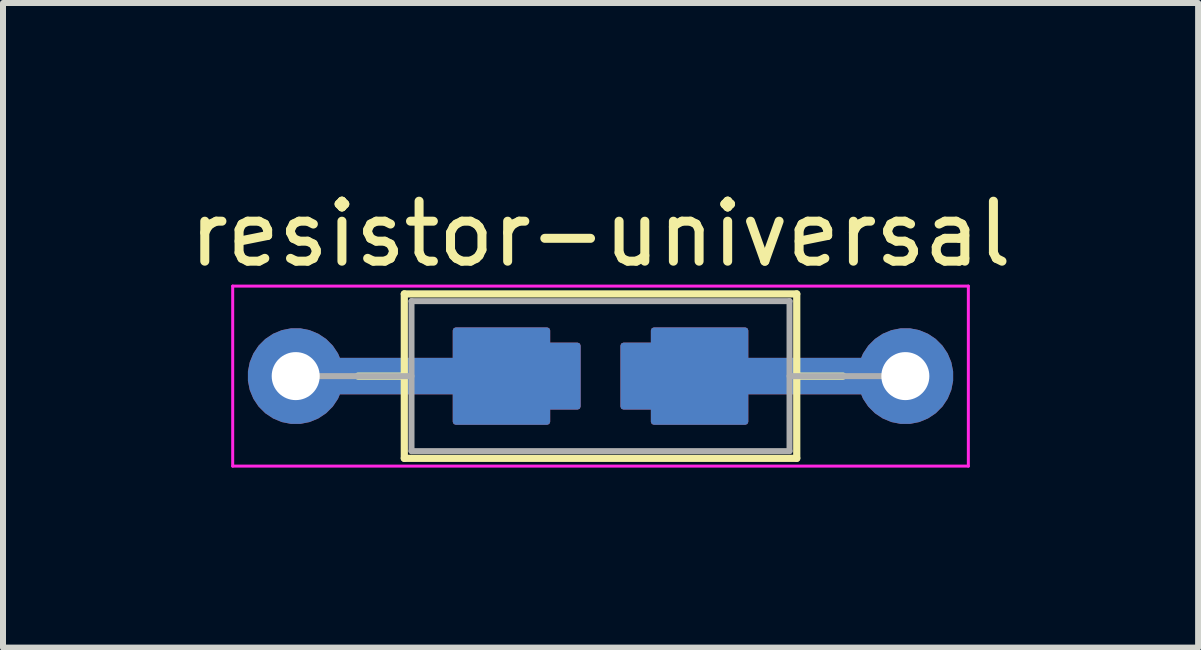
<source format=kicad_pcb>
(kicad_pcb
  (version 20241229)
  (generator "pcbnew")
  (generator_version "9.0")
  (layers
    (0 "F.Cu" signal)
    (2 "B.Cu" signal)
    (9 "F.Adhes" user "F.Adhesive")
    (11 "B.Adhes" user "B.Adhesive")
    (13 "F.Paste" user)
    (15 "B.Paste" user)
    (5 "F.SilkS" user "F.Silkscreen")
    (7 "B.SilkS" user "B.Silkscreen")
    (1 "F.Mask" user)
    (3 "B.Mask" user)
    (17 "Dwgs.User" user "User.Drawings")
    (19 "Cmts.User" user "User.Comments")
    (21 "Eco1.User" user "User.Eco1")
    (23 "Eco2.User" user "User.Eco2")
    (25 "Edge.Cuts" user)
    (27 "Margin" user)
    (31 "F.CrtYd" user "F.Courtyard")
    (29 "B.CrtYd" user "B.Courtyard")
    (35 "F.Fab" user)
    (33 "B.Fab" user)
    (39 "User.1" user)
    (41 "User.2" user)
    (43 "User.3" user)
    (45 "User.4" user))
  (footprint "resistor-universal"
    (layer "F.Cu")
    (at 1.878 3.218)
    (property "Reference" "resistor-universal" (at 5.08 -2.37 0) (layer "F.SilkS") (effects (font (size 1 1) (thickness 0.15))))
    (attr through_hole)
    (fp_poly (pts (xy 0.762 -0.508) (xy 0.762 0.508) (xy 2.54 0.508) (xy 2.54 -0.508)) (stroke (width 0.1) (type solid)) (fill yes) (layer "F.Mask"))
    (fp_poly (pts (xy 7.62 -0.508) (xy 7.62 0.508) (xy 9.398 0.508) (xy 9.398 -0.508)) (stroke (width 0.1) (type solid)) (fill yes) (layer "F.Mask"))
    (fp_line (start 1.04 0) (end 1.81 0) (stroke (width 0.12) (type solid)) (layer "F.SilkS"))
    (fp_line (start 1.81 -1.37) (end 1.81 1.37) (stroke (width 0.12) (type solid)) (layer "F.SilkS"))
    (fp_line (start 1.81 1.37) (end 8.35 1.37) (stroke (width 0.12) (type solid)) (layer "F.SilkS"))
    (fp_line (start 8.35 -1.37) (end 1.81 -1.37) (stroke (width 0.12) (type solid)) (layer "F.SilkS"))
    (fp_line (start 8.35 1.37) (end 8.35 -1.37) (stroke (width 0.12) (type solid)) (layer "F.SilkS"))
    (fp_line (start 9.12 0) (end 8.35 0) (stroke (width 0.12) (type solid)) (layer "F.SilkS"))
    (fp_line (start -1.05 -1.5) (end -1.05 1.5) (stroke (width 0.05) (type solid)) (layer "F.CrtYd"))
    (fp_line (start -1.05 1.5) (end 11.21 1.5) (stroke (width 0.05) (type solid)) (layer "F.CrtYd"))
    (fp_line (start 11.21 -1.5) (end -1.05 -1.5) (stroke (width 0.05) (type solid)) (layer "F.CrtYd"))
    (fp_line (start 11.21 1.5) (end 11.21 -1.5) (stroke (width 0.05) (type solid)) (layer "F.CrtYd"))
    (fp_line (start 0 0) (end 1.93 0) (stroke (width 0.1) (type solid)) (layer "F.Fab"))
    (fp_line (start 1.93 -1.25) (end 1.93 1.25) (stroke (width 0.1) (type solid)) (layer "F.Fab"))
    (fp_line (start 1.93 1.25) (end 8.23 1.25) (stroke (width 0.1) (type solid)) (layer "F.Fab"))
    (fp_line (start 8.23 -1.25) (end 1.93 -1.25) (stroke (width 0.1) (type solid)) (layer "F.Fab"))
    (fp_line (start 8.23 1.25) (end 8.23 -1.25) (stroke (width 0.1) (type solid)) (layer "F.Fab"))
    (fp_line (start 10.16 0) (end 8.23 0) (stroke (width 0.1) (type solid)) (layer "F.Fab"))
    (pad "1" thru_hole custom (at 0 0) (size 1.6 1.6) (drill 0.8) (layers "*.Cu" "*.Mask") (options (anchor circle)) (primitives (gr_poly (pts (xy 4.699 -0.508) (xy 4.699 0.508) (xy 2.667 0.508) (xy 2.667 -0.508)) (width 0.1) (fill yes)) (gr_poly (pts (xy 4.191 -0.762) (xy 4.191 0.762) (xy 2.667 0.762) (xy 2.667 -0.762)) (width 0.1) (fill yes)) (gr_poly (pts (xy 2.794 -0.254) (xy 2.794 0.254) (xy 0.508 0.254) (xy 0.508 -0.254)) (width 0.1) (fill yes))))
    (pad "2" thru_hole custom (at 10.16 0) (size 1.6 1.6) (drill 0.8) (layers "*.Cu" "*.Mask") (options (anchor circle)) (primitives (gr_poly (pts (xy -4.191 0.762) (xy -4.191 -0.762) (xy -2.667 -0.762) (xy -2.667 0.762)) (width 0.1) (fill yes)) (gr_poly (pts (xy -4.699 0.508) (xy -4.699 -0.508) (xy -2.667 -0.508) (xy -2.667 0.508)) (width 0.1) (fill yes)) (gr_poly (pts (xy -0.508 -0.254) (xy -0.508 0.254) (xy -2.794 0.254) (xy -2.794 -0.254)) (width 0.1) (fill yes)))))
  (gr_rect
    (start -3 -3)
    (end 16.917 7.743)
    (stroke (width 0.1) (type default))
    (fill no)
    (layer "Edge.Cuts")))
</source>
